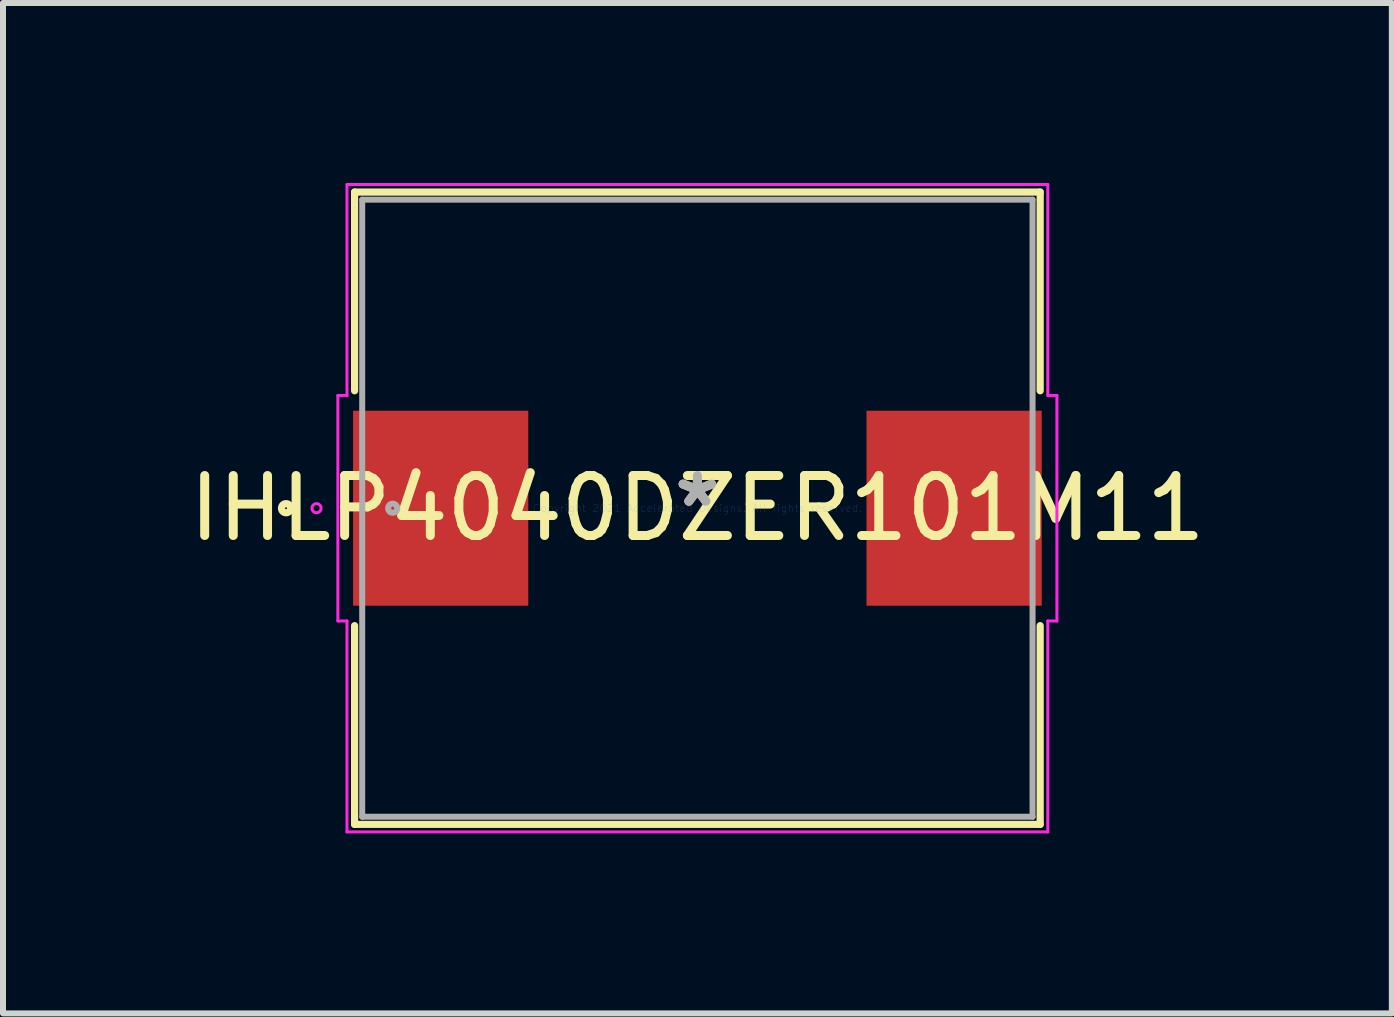
<source format=kicad_pcb>
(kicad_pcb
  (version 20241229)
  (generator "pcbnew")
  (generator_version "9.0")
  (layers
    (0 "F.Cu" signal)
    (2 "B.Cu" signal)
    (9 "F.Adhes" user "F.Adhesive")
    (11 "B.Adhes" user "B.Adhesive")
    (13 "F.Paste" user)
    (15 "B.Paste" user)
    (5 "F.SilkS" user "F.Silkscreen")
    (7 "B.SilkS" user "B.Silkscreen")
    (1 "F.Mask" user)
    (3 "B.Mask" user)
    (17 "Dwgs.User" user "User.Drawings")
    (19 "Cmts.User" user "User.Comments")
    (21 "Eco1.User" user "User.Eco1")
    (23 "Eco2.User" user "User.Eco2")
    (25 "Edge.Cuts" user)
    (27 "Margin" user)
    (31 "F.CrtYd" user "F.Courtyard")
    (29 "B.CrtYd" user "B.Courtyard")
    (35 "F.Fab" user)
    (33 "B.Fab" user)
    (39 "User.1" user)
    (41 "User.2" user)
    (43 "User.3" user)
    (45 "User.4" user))
  (footprint "IHLP4040DZER101M11"
    (layer "F.Cu")
    (at 8.577 5.423)
    (property "Reference" "IHLP4040DZER101M11" (at 0 0 0) (layer "F.SilkS") (effects (font (size 1 1) (thickness 0.15))))
    (attr through_hole)
    (fp_line (start -5.715 -5.271) (end -5.715 -1.958) (stroke (width 0.12) (type solid)) (layer "F.SilkS"))
    (fp_line (start -5.715 1.958) (end -5.715 5.271) (stroke (width 0.12) (type solid)) (layer "F.SilkS"))
    (fp_line (start -5.715 5.271) (end 5.715 5.271) (stroke (width 0.12) (type solid)) (layer "F.SilkS"))
    (fp_line (start 5.715 -5.271) (end -5.715 -5.271) (stroke (width 0.12) (type solid)) (layer "F.SilkS"))
    (fp_line (start 5.715 -1.958) (end 5.715 -5.271) (stroke (width 0.12) (type solid)) (layer "F.SilkS"))
    (fp_line (start 5.715 5.271) (end 5.715 1.958) (stroke (width 0.12) (type solid)) (layer "F.SilkS"))
    (fp_circle (center -6.858 0) (end -6.782 0) (stroke (width 0.12) (type solid)) (fill no) (layer "F.SilkS"))
    (fp_line (start -5.994 -1.88) (end -5.842 -1.88) (stroke (width 0.05) (type solid)) (layer "F.CrtYd"))
    (fp_line (start -5.994 1.88) (end -5.994 -1.88) (stroke (width 0.05) (type solid)) (layer "F.CrtYd"))
    (fp_line (start -5.842 -5.397) (end 5.842 -5.397) (stroke (width 0.05) (type solid)) (layer "F.CrtYd"))
    (fp_line (start -5.842 -1.88) (end -5.842 -5.397) (stroke (width 0.05) (type solid)) (layer "F.CrtYd"))
    (fp_line (start -5.842 1.88) (end -5.994 1.88) (stroke (width 0.05) (type solid)) (layer "F.CrtYd"))
    (fp_line (start -5.842 5.397) (end -5.842 1.88) (stroke (width 0.05) (type solid)) (layer "F.CrtYd"))
    (fp_line (start 5.842 -5.397) (end 5.842 -1.88) (stroke (width 0.05) (type solid)) (layer "F.CrtYd"))
    (fp_line (start 5.842 -1.88) (end 5.994 -1.88) (stroke (width 0.05) (type solid)) (layer "F.CrtYd"))
    (fp_line (start 5.842 1.88) (end 5.842 5.397) (stroke (width 0.05) (type solid)) (layer "F.CrtYd"))
    (fp_line (start 5.842 5.397) (end -5.842 5.397) (stroke (width 0.05) (type solid)) (layer "F.CrtYd"))
    (fp_line (start 5.994 -1.88) (end 5.994 1.88) (stroke (width 0.05) (type solid)) (layer "F.CrtYd"))
    (fp_line (start 5.994 1.88) (end 5.842 1.88) (stroke (width 0.05) (type solid)) (layer "F.CrtYd"))
    (fp_circle (center -6.35 0) (end -6.274 0) (stroke (width 0.05) (type solid)) (fill no) (layer "F.CrtYd"))
    (fp_line (start -5.588 -5.144) (end -5.588 5.144) (stroke (width 0.1) (type solid)) (layer "F.Fab"))
    (fp_line (start -5.588 5.144) (end 5.588 5.144) (stroke (width 0.1) (type solid)) (layer "F.Fab"))
    (fp_line (start 5.588 -5.144) (end -5.588 -5.144) (stroke (width 0.1) (type solid)) (layer "F.Fab"))
    (fp_line (start 5.588 5.144) (end 5.588 -5.144) (stroke (width 0.1) (type solid)) (layer "F.Fab"))
    (fp_circle (center -5.08 0) (end -5.004 0) (stroke (width 0.1) (type solid)) (fill no) (layer "F.Fab"))
    (fp_text user "*" (at 0 0 0) (layer "F.SilkS") (effects (font (size 1 1) (thickness 0.15))))
    (fp_text user "Copyright 2021 Accelerated Designs. All rights reserved." (at 0 0 0) (layer "Cmts.User") (effects (font (size 0.127 0.127) (thickness 0.002))))
    (fp_text user "*" (at 0 0 0) (layer "F.Fab") (effects (font (size 1 1) (thickness 0.15))))
    (pad "1" smd rect (at -4.28 0 90) (size 3.251 2.921) (layers "F.Cu" "F.Mask" "F.Paste"))
    (pad "2" smd rect (at 4.28 0 90) (size 3.251 2.921) (layers "F.Cu" "F.Mask" "F.Paste")))
  (gr_rect
    (start -3 -3)
    (end 20.155 13.845)
    (stroke (width 0.1) (type default))
    (fill no)
    (layer "Edge.Cuts")))
</source>
